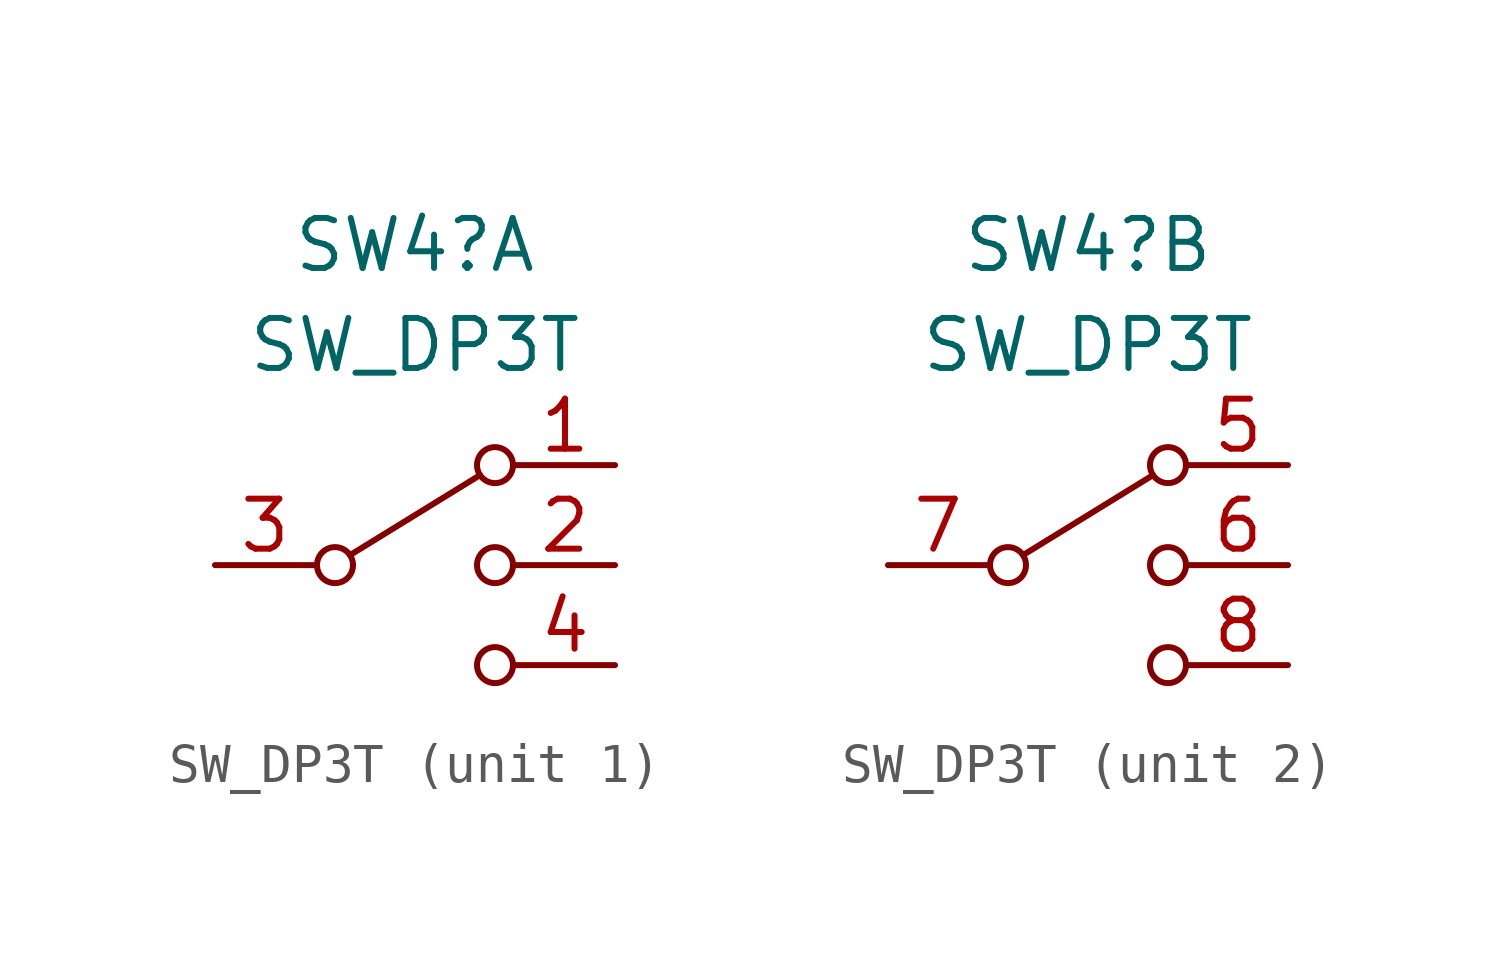
<source format=kicad_sym>
(kicad_symbol_lib
  (version 20220914)
  (generator kicad_symbol_editor)
  (symbol "SW_DP3T"
    (pin_names
      (offset 0) hide)
    (property "Reference" "SW4"
      (at 0 8.128 0)
      (effects (font (size 1.27 1.27))))
    (property "Value" "SW_DP3T"
      (at 0 5.588 0)
      (effects (font (size 1.27 1.27))))
    (symbol "SW_DP3T_0_1"
      (circle (center -2.032 0) (radius 0.457) (stroke (width 0) (type default)) (fill (type none)))
      (polyline (pts (xy -1.651 0.254) (xy 1.651 2.286)) (stroke (width 0) (type default)) (fill (type none)))
      (circle (center 2.032 -2.54) (radius 0.457) (stroke (width 0) (type default)) (fill (type none)))
      (circle (center 2.032 0) (radius 0.457) (stroke (width 0) (type default)) (fill (type none)))
      (circle (center 2.032 2.54) (radius 0.457) (stroke (width 0) (type default)) (fill (type none))))
    (symbol "SW_DP3T_1_1"
      (pin passive line (at 5.08 2.54 180) (length 2.54) (name "1" (effects (font (size 1.27 1.27)))) (number "1" (effects (font (size 1.27 1.27)))))
      (pin passive line (at 5.08 0 180) (length 2.54) (name "2" (effects (font (size 1.27 1.27)))) (number "2" (effects (font (size 1.27 1.27)))))
      (pin passive line (at -5.08 0 0) (length 2.54) (name "3" (effects (font (size 1.27 1.27)))) (number "3" (effects (font (size 1.27 1.27)))))
      (pin passive line (at 5.08 -2.54 180) (length 2.54) (name "4" (effects (font (size 1.27 1.27)))) (number "4" (effects (font (size 1.27 1.27))))))
    (symbol "SW_DP3T_2_1"
      (pin passive line (at 5.08 2.54 180) (length 2.54) (name "5" (effects (font (size 1.27 1.27)))) (number "5" (effects (font (size 1.27 1.27)))))
      (pin passive line (at 5.08 0 180) (length 2.54) (name "6" (effects (font (size 1.27 1.27)))) (number "6" (effects (font (size 1.27 1.27)))))
      (pin passive line (at -5.08 0 0) (length 2.54) (name "7" (effects (font (size 1.27 1.27)))) (number "7" (effects (font (size 1.27 1.27)))))
      (pin passive line (at 5.08 -2.54 180) (length 2.54) (name "8" (effects (font (size 1.27 1.27)))) (number "8" (effects (font (size 1.27 1.27))))))))
</source>
